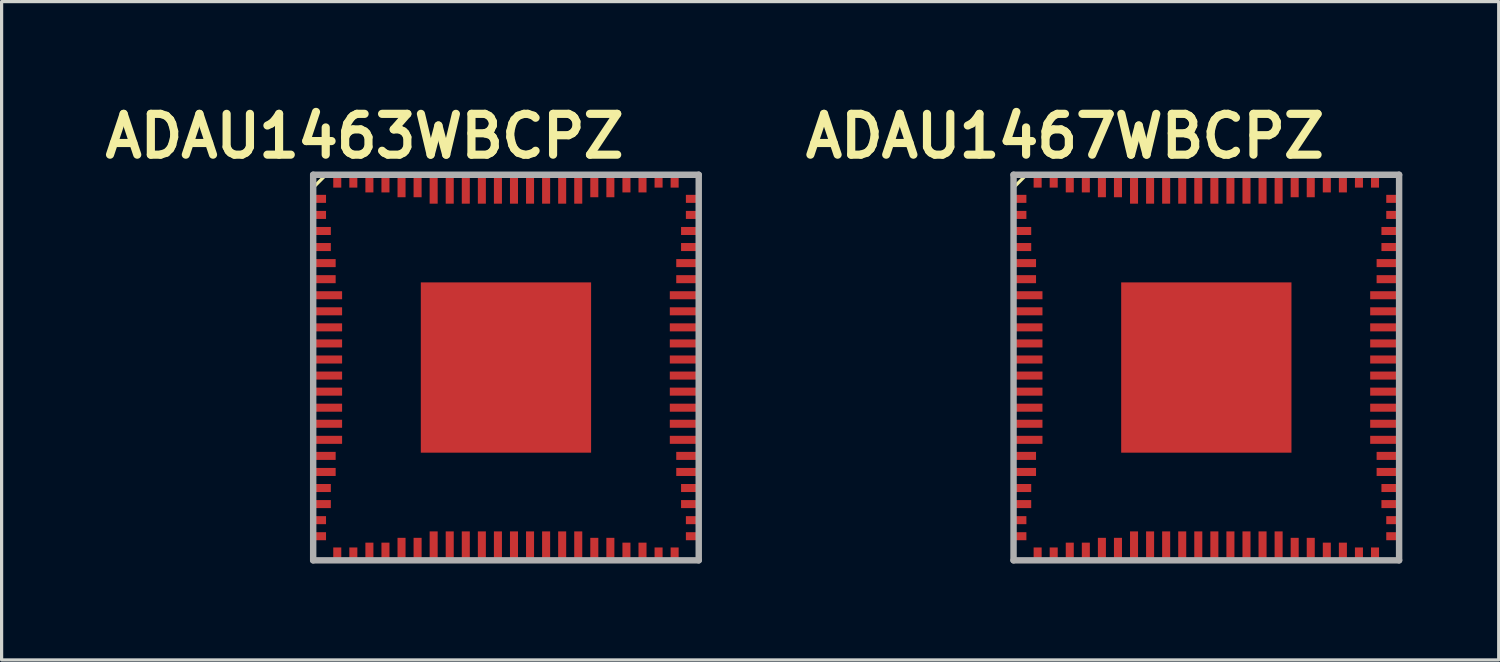
<source format=kicad_pcb>
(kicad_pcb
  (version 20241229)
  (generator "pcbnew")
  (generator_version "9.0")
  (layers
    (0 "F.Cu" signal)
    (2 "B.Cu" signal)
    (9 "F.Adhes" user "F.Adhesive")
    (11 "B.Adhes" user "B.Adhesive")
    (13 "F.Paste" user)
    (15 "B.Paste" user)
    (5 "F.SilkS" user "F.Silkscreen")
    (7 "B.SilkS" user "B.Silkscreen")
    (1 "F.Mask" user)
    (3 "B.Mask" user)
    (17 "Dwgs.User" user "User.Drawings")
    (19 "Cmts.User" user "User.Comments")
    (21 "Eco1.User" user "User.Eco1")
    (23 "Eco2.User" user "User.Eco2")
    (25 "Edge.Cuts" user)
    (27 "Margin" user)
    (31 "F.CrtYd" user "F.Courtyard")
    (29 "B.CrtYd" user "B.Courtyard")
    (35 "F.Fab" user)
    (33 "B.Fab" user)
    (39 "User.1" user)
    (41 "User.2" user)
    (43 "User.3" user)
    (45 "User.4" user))
  (footprint "ADAU1467WBCPZ"
    (layer "F.Cu")
    (at 34.495 8.389)
    (property "Reference" "ADAU1467WBCPZ" (at -4.4 -7.2 0) (layer "F.SilkS") (effects (font (size 1.27 1.27) (thickness 0.254))))
    (attr smd)
    (fp_line (start -6 -6) (end -6 -5.6) (stroke (width 0.1) (type solid)) (layer "F.SilkS"))
    (fp_line (start -6 5.6) (end -6 6) (stroke (width 0.1) (type solid)) (layer "F.SilkS"))
    (fp_line (start -6 6) (end -5.6 6) (stroke (width 0.1) (type solid)) (layer "F.SilkS"))
    (fp_line (start -5.6 -6) (end -6 -6) (stroke (width 0.1) (type solid)) (layer "F.SilkS"))
    (fp_line (start -5.6 -6) (end -6 -5.6) (stroke (width 0.1) (type solid)) (layer "F.SilkS"))
    (fp_line (start 5.6 -6) (end 6 -6) (stroke (width 0.1) (type solid)) (layer "F.SilkS"))
    (fp_line (start 5.6 6) (end 6 6) (stroke (width 0.1) (type solid)) (layer "F.SilkS"))
    (fp_line (start 6 -6) (end 6 -5.6) (stroke (width 0.1) (type solid)) (layer "F.SilkS"))
    (fp_line (start 6 5.65) (end 6 5.6) (stroke (width 0.1) (type solid)) (layer "F.SilkS"))
    (fp_line (start 6 6) (end 6 5.65) (stroke (width 0.1) (type solid)) (layer "F.SilkS"))
    (fp_line (start -6 -6) (end 6 -6) (stroke (width 0.2) (type solid)) (layer "F.Fab"))
    (fp_line (start -6 6) (end -6 -6) (stroke (width 0.2) (type solid)) (layer "F.Fab"))
    (fp_line (start 6 -6) (end 6 6) (stroke (width 0.2) (type solid)) (layer "F.Fab"))
    (fp_line (start 6 6) (end -6 6) (stroke (width 0.2) (type solid)) (layer "F.Fab"))
    (pad "1" smd rect (at -5.8 -5.25 90) (size 0.25 0.4) (layers "F.Cu" "F.Mask" "F.Paste"))
    (pad "2" smd rect (at -5.8 -4.75 90) (size 0.25 0.4) (layers "F.Cu" "F.Mask" "F.Paste"))
    (pad "3" smd rect (at -5.725 -4.25 90) (size 0.25 0.55) (layers "F.Cu" "F.Mask" "F.Paste"))
    (pad "4" smd rect (at -5.725 -3.75 90) (size 0.25 0.55) (layers "F.Cu" "F.Mask" "F.Paste"))
    (pad "5" smd rect (at -5.65 -3.25 90) (size 0.25 0.7) (layers "F.Cu" "F.Mask" "F.Paste"))
    (pad "6" smd rect (at -5.65 -2.75 90) (size 0.25 0.7) (layers "F.Cu" "F.Mask" "F.Paste"))
    (pad "7" smd rect (at -5.55 -2.25 90) (size 0.25 0.9) (layers "F.Cu" "F.Mask" "F.Paste"))
    (pad "8" smd rect (at -5.55 -1.75 90) (size 0.25 0.9) (layers "F.Cu" "F.Mask" "F.Paste"))
    (pad "9" smd rect (at -5.55 -1.25 90) (size 0.25 0.9) (layers "F.Cu" "F.Mask" "F.Paste"))
    (pad "10" smd rect (at -5.55 -0.75 90) (size 0.25 0.9) (layers "F.Cu" "F.Mask" "F.Paste"))
    (pad "11" smd rect (at -5.55 -0.25 90) (size 0.25 0.9) (layers "F.Cu" "F.Mask" "F.Paste"))
    (pad "12" smd rect (at -5.55 0.25 90) (size 0.25 0.9) (layers "F.Cu" "F.Mask" "F.Paste"))
    (pad "13" smd rect (at -5.55 0.75 90) (size 0.25 0.9) (layers "F.Cu" "F.Mask" "F.Paste"))
    (pad "14" smd rect (at -5.55 1.25 90) (size 0.25 0.9) (layers "F.Cu" "F.Mask" "F.Paste"))
    (pad "15" smd rect (at -5.55 1.75 90) (size 0.25 0.9) (layers "F.Cu" "F.Mask" "F.Paste"))
    (pad "16" smd rect (at -5.55 2.25 90) (size 0.25 0.9) (layers "F.Cu" "F.Mask" "F.Paste"))
    (pad "17" smd rect (at -5.65 2.75 90) (size 0.25 0.7) (layers "F.Cu" "F.Mask" "F.Paste"))
    (pad "18" smd rect (at -5.65 3.25 90) (size 0.25 0.7) (layers "F.Cu" "F.Mask" "F.Paste"))
    (pad "19" smd rect (at -5.725 3.75 90) (size 0.25 0.55) (layers "F.Cu" "F.Mask" "F.Paste"))
    (pad "20" smd rect (at -5.725 4.25 90) (size 0.25 0.55) (layers "F.Cu" "F.Mask" "F.Paste"))
    (pad "21" smd rect (at -5.8 4.75 90) (size 0.25 0.4) (layers "F.Cu" "F.Mask" "F.Paste"))
    (pad "22" smd rect (at -5.8 5.25 90) (size 0.25 0.4) (layers "F.Cu" "F.Mask" "F.Paste"))
    (pad "23" smd rect (at -5.25 5.8) (size 0.25 0.4) (layers "F.Cu" "F.Mask" "F.Paste"))
    (pad "24" smd rect (at -4.75 5.8) (size 0.25 0.4) (layers "F.Cu" "F.Mask" "F.Paste"))
    (pad "25" smd rect (at -4.25 5.725) (size 0.25 0.55) (layers "F.Cu" "F.Mask" "F.Paste"))
    (pad "26" smd rect (at -3.75 5.725) (size 0.25 0.55) (layers "F.Cu" "F.Mask" "F.Paste"))
    (pad "27" smd rect (at -3.25 5.65) (size 0.25 0.7) (layers "F.Cu" "F.Mask" "F.Paste"))
    (pad "28" smd rect (at -2.75 5.65) (size 0.25 0.7) (layers "F.Cu" "F.Mask" "F.Paste"))
    (pad "29" smd rect (at -2.25 5.55) (size 0.25 0.9) (layers "F.Cu" "F.Mask" "F.Paste"))
    (pad "30" smd rect (at -1.75 5.55) (size 0.25 0.9) (layers "F.Cu" "F.Mask" "F.Paste"))
    (pad "31" smd rect (at -1.25 5.55) (size 0.25 0.9) (layers "F.Cu" "F.Mask" "F.Paste"))
    (pad "32" smd rect (at -0.75 5.55) (size 0.25 0.9) (layers "F.Cu" "F.Mask" "F.Paste"))
    (pad "33" smd rect (at -0.25 5.55) (size 0.25 0.9) (layers "F.Cu" "F.Mask" "F.Paste"))
    (pad "34" smd rect (at 0.25 5.55) (size 0.25 0.9) (layers "F.Cu" "F.Mask" "F.Paste"))
    (pad "35" smd rect (at 0.75 5.55) (size 0.25 0.9) (layers "F.Cu" "F.Mask" "F.Paste"))
    (pad "36" smd rect (at 1.25 5.55) (size 0.25 0.9) (layers "F.Cu" "F.Mask" "F.Paste"))
    (pad "37" smd rect (at 1.75 5.55) (size 0.25 0.9) (layers "F.Cu" "F.Mask" "F.Paste"))
    (pad "38" smd rect (at 2.25 5.55) (size 0.25 0.9) (layers "F.Cu" "F.Mask" "F.Paste"))
    (pad "39" smd rect (at 2.75 5.65) (size 0.25 0.7) (layers "F.Cu" "F.Mask" "F.Paste"))
    (pad "40" smd rect (at 3.25 5.65) (size 0.25 0.7) (layers "F.Cu" "F.Mask" "F.Paste"))
    (pad "41" smd rect (at 3.75 5.725) (size 0.25 0.55) (layers "F.Cu" "F.Mask" "F.Paste"))
    (pad "42" smd rect (at 4.25 5.725) (size 0.25 0.55) (layers "F.Cu" "F.Mask" "F.Paste"))
    (pad "43" smd rect (at 4.75 5.8) (size 0.25 0.4) (layers "F.Cu" "F.Mask" "F.Paste"))
    (pad "44" smd rect (at 5.25 5.8) (size 0.25 0.4) (layers "F.Cu" "F.Mask" "F.Paste"))
    (pad "45" smd rect (at 5.8 5.25 90) (size 0.25 0.4) (layers "F.Cu" "F.Mask" "F.Paste"))
    (pad "46" smd rect (at 5.8 4.75 90) (size 0.25 0.4) (layers "F.Cu" "F.Mask" "F.Paste"))
    (pad "47" smd rect (at 5.725 4.25 90) (size 0.25 0.55) (layers "F.Cu" "F.Mask" "F.Paste"))
    (pad "48" smd rect (at 5.725 3.75 90) (size 0.25 0.55) (layers "F.Cu" "F.Mask" "F.Paste"))
    (pad "49" smd rect (at 5.65 3.25 90) (size 0.25 0.7) (layers "F.Cu" "F.Mask" "F.Paste"))
    (pad "50" smd rect (at 5.65 2.75 90) (size 0.25 0.7) (layers "F.Cu" "F.Mask" "F.Paste"))
    (pad "51" smd rect (at 5.55 2.25 90) (size 0.25 0.9) (layers "F.Cu" "F.Mask" "F.Paste"))
    (pad "52" smd rect (at 5.55 1.75 90) (size 0.25 0.9) (layers "F.Cu" "F.Mask" "F.Paste"))
    (pad "53" smd rect (at 5.55 1.25 90) (size 0.25 0.9) (layers "F.Cu" "F.Mask" "F.Paste"))
    (pad "54" smd rect (at 5.55 0.75 90) (size 0.25 0.9) (layers "F.Cu" "F.Mask" "F.Paste"))
    (pad "55" smd rect (at 5.55 0.25 90) (size 0.25 0.9) (layers "F.Cu" "F.Mask" "F.Paste"))
    (pad "56" smd rect (at 5.55 -0.25 90) (size 0.25 0.9) (layers "F.Cu" "F.Mask" "F.Paste"))
    (pad "57" smd rect (at 5.55 -0.75 90) (size 0.25 0.9) (layers "F.Cu" "F.Mask" "F.Paste"))
    (pad "58" smd rect (at 5.55 -1.25 90) (size 0.25 0.9) (layers "F.Cu" "F.Mask" "F.Paste"))
    (pad "59" smd rect (at 5.55 -1.75 90) (size 0.25 0.9) (layers "F.Cu" "F.Mask" "F.Paste"))
    (pad "60" smd rect (at 5.55 -2.25 90) (size 0.25 0.9) (layers "F.Cu" "F.Mask" "F.Paste"))
    (pad "61" smd rect (at 5.65 -2.75 90) (size 0.25 0.7) (layers "F.Cu" "F.Mask" "F.Paste"))
    (pad "62" smd rect (at 5.65 -3.25 90) (size 0.25 0.7) (layers "F.Cu" "F.Mask" "F.Paste"))
    (pad "63" smd rect (at 5.725 -3.75 90) (size 0.25 0.55) (layers "F.Cu" "F.Mask" "F.Paste"))
    (pad "64" smd rect (at 5.725 -4.25 90) (size 0.25 0.55) (layers "F.Cu" "F.Mask" "F.Paste"))
    (pad "65" smd rect (at 5.8 -4.75 90) (size 0.25 0.4) (layers "F.Cu" "F.Mask" "F.Paste"))
    (pad "66" smd rect (at 5.8 -5.25 90) (size 0.25 0.4) (layers "F.Cu" "F.Mask" "F.Paste"))
    (pad "67" smd rect (at 5.25 -5.8) (size 0.25 0.4) (layers "F.Cu" "F.Mask" "F.Paste"))
    (pad "68" smd rect (at 4.75 -5.8) (size 0.25 0.4) (layers "F.Cu" "F.Mask" "F.Paste"))
    (pad "69" smd rect (at 4.25 -5.725) (size 0.25 0.55) (layers "F.Cu" "F.Mask" "F.Paste"))
    (pad "70" smd rect (at 3.75 -5.725) (size 0.25 0.55) (layers "F.Cu" "F.Mask" "F.Paste"))
    (pad "71" smd rect (at 3.25 -5.65) (size 0.25 0.7) (layers "F.Cu" "F.Mask" "F.Paste"))
    (pad "72" smd rect (at 2.75 -5.65) (size 0.25 0.7) (layers "F.Cu" "F.Mask" "F.Paste"))
    (pad "73" smd rect (at 2.25 -5.55) (size 0.25 0.9) (layers "F.Cu" "F.Mask" "F.Paste"))
    (pad "74" smd rect (at 1.75 -5.55) (size 0.25 0.9) (layers "F.Cu" "F.Mask" "F.Paste"))
    (pad "75" smd rect (at 1.25 -5.55) (size 0.25 0.9) (layers "F.Cu" "F.Mask" "F.Paste"))
    (pad "76" smd rect (at 0.75 -5.55) (size 0.25 0.9) (layers "F.Cu" "F.Mask" "F.Paste"))
    (pad "77" smd rect (at 0.25 -5.55) (size 0.25 0.9) (layers "F.Cu" "F.Mask" "F.Paste"))
    (pad "78" smd rect (at -0.25 -5.55) (size 0.25 0.9) (layers "F.Cu" "F.Mask" "F.Paste"))
    (pad "79" smd rect (at -0.75 -5.55) (size 0.25 0.9) (layers "F.Cu" "F.Mask" "F.Paste"))
    (pad "80" smd rect (at -1.25 -5.55) (size 0.25 0.9) (layers "F.Cu" "F.Mask" "F.Paste"))
    (pad "81" smd rect (at -1.75 -5.55) (size 0.25 0.9) (layers "F.Cu" "F.Mask" "F.Paste"))
    (pad "82" smd rect (at -2.25 -5.55) (size 0.25 0.9) (layers "F.Cu" "F.Mask" "F.Paste"))
    (pad "83" smd rect (at -2.75 -5.65) (size 0.25 0.7) (layers "F.Cu" "F.Mask" "F.Paste"))
    (pad "84" smd rect (at -3.25 -5.65) (size 0.25 0.7) (layers "F.Cu" "F.Mask" "F.Paste"))
    (pad "85" smd rect (at -3.75 -5.725) (size 0.25 0.55) (layers "F.Cu" "F.Mask" "F.Paste"))
    (pad "86" smd rect (at -4.25 -5.725) (size 0.25 0.55) (layers "F.Cu" "F.Mask" "F.Paste"))
    (pad "87" smd rect (at -4.75 -5.8) (size 0.25 0.4) (layers "F.Cu" "F.Mask" "F.Paste"))
    (pad "88" smd rect (at -5.25 -5.8) (size 0.25 0.4) (layers "F.Cu" "F.Mask" "F.Paste"))
    (pad "89" smd rect (at 0 0 90) (size 5.3 5.3) (layers "F.Cu" "F.Mask" "F.Paste")))
  (footprint "ADAU1463WBCPZ"
    (layer "F.Cu")
    (at 12.697 8.389)
    (property "Reference" "ADAU1463WBCPZ" (at -4.4 -7.2 0) (layer "F.SilkS") (effects (font (size 1.27 1.27) (thickness 0.254))))
    (attr smd)
    (fp_line (start -6 -6) (end -6 -5.6) (stroke (width 0.1) (type solid)) (layer "F.SilkS"))
    (fp_line (start -6 5.6) (end -6 6) (stroke (width 0.1) (type solid)) (layer "F.SilkS"))
    (fp_line (start -6 6) (end -5.6 6) (stroke (width 0.1) (type solid)) (layer "F.SilkS"))
    (fp_line (start -5.6 -6) (end -6 -6) (stroke (width 0.1) (type solid)) (layer "F.SilkS"))
    (fp_line (start -5.6 -6) (end -6 -5.6) (stroke (width 0.1) (type solid)) (layer "F.SilkS"))
    (fp_line (start 5.6 -6) (end 6 -6) (stroke (width 0.1) (type solid)) (layer "F.SilkS"))
    (fp_line (start 5.6 6) (end 6 6) (stroke (width 0.1) (type solid)) (layer "F.SilkS"))
    (fp_line (start 6 -6) (end 6 -5.6) (stroke (width 0.1) (type solid)) (layer "F.SilkS"))
    (fp_line (start 6 5.65) (end 6 5.6) (stroke (width 0.1) (type solid)) (layer "F.SilkS"))
    (fp_line (start 6 6) (end 6 5.65) (stroke (width 0.1) (type solid)) (layer "F.SilkS"))
    (fp_line (start -6 -6) (end 6 -6) (stroke (width 0.2) (type solid)) (layer "F.Fab"))
    (fp_line (start -6 6) (end -6 -6) (stroke (width 0.2) (type solid)) (layer "F.Fab"))
    (fp_line (start 6 -6) (end 6 6) (stroke (width 0.2) (type solid)) (layer "F.Fab"))
    (fp_line (start 6 6) (end -6 6) (stroke (width 0.2) (type solid)) (layer "F.Fab"))
    (pad "1" smd rect (at -5.8 -5.25 90) (size 0.25 0.4) (layers "F.Cu" "F.Mask" "F.Paste"))
    (pad "2" smd rect (at -5.8 -4.75 90) (size 0.25 0.4) (layers "F.Cu" "F.Mask" "F.Paste"))
    (pad "3" smd rect (at -5.725 -4.25 90) (size 0.25 0.55) (layers "F.Cu" "F.Mask" "F.Paste"))
    (pad "4" smd rect (at -5.725 -3.75 90) (size 0.25 0.55) (layers "F.Cu" "F.Mask" "F.Paste"))
    (pad "5" smd rect (at -5.65 -3.25 90) (size 0.25 0.7) (layers "F.Cu" "F.Mask" "F.Paste"))
    (pad "6" smd rect (at -5.65 -2.75 90) (size 0.25 0.7) (layers "F.Cu" "F.Mask" "F.Paste"))
    (pad "7" smd rect (at -5.55 -2.25 90) (size 0.25 0.9) (layers "F.Cu" "F.Mask" "F.Paste"))
    (pad "8" smd rect (at -5.55 -1.75 90) (size 0.25 0.9) (layers "F.Cu" "F.Mask" "F.Paste"))
    (pad "9" smd rect (at -5.55 -1.25 90) (size 0.25 0.9) (layers "F.Cu" "F.Mask" "F.Paste"))
    (pad "10" smd rect (at -5.55 -0.75 90) (size 0.25 0.9) (layers "F.Cu" "F.Mask" "F.Paste"))
    (pad "11" smd rect (at -5.55 -0.25 90) (size 0.25 0.9) (layers "F.Cu" "F.Mask" "F.Paste"))
    (pad "12" smd rect (at -5.55 0.25 90) (size 0.25 0.9) (layers "F.Cu" "F.Mask" "F.Paste"))
    (pad "13" smd rect (at -5.55 0.75 90) (size 0.25 0.9) (layers "F.Cu" "F.Mask" "F.Paste"))
    (pad "14" smd rect (at -5.55 1.25 90) (size 0.25 0.9) (layers "F.Cu" "F.Mask" "F.Paste"))
    (pad "15" smd rect (at -5.55 1.75 90) (size 0.25 0.9) (layers "F.Cu" "F.Mask" "F.Paste"))
    (pad "16" smd rect (at -5.55 2.25 90) (size 0.25 0.9) (layers "F.Cu" "F.Mask" "F.Paste"))
    (pad "17" smd rect (at -5.65 2.75 90) (size 0.25 0.7) (layers "F.Cu" "F.Mask" "F.Paste"))
    (pad "18" smd rect (at -5.65 3.25 90) (size 0.25 0.7) (layers "F.Cu" "F.Mask" "F.Paste"))
    (pad "19" smd rect (at -5.725 3.75 90) (size 0.25 0.55) (layers "F.Cu" "F.Mask" "F.Paste"))
    (pad "20" smd rect (at -5.725 4.25 90) (size 0.25 0.55) (layers "F.Cu" "F.Mask" "F.Paste"))
    (pad "21" smd rect (at -5.8 4.75 90) (size 0.25 0.4) (layers "F.Cu" "F.Mask" "F.Paste"))
    (pad "22" smd rect (at -5.8 5.25 90) (size 0.25 0.4) (layers "F.Cu" "F.Mask" "F.Paste"))
    (pad "23" smd rect (at -5.25 5.8) (size 0.25 0.4) (layers "F.Cu" "F.Mask" "F.Paste"))
    (pad "24" smd rect (at -4.75 5.8) (size 0.25 0.4) (layers "F.Cu" "F.Mask" "F.Paste"))
    (pad "25" smd rect (at -4.25 5.725) (size 0.25 0.55) (layers "F.Cu" "F.Mask" "F.Paste"))
    (pad "26" smd rect (at -3.75 5.725) (size 0.25 0.55) (layers "F.Cu" "F.Mask" "F.Paste"))
    (pad "27" smd rect (at -3.25 5.65) (size 0.25 0.7) (layers "F.Cu" "F.Mask" "F.Paste"))
    (pad "28" smd rect (at -2.75 5.65) (size 0.25 0.7) (layers "F.Cu" "F.Mask" "F.Paste"))
    (pad "29" smd rect (at -2.25 5.55) (size 0.25 0.9) (layers "F.Cu" "F.Mask" "F.Paste"))
    (pad "30" smd rect (at -1.75 5.55) (size 0.25 0.9) (layers "F.Cu" "F.Mask" "F.Paste"))
    (pad "31" smd rect (at -1.25 5.55) (size 0.25 0.9) (layers "F.Cu" "F.Mask" "F.Paste"))
    (pad "32" smd rect (at -0.75 5.55) (size 0.25 0.9) (layers "F.Cu" "F.Mask" "F.Paste"))
    (pad "33" smd rect (at -0.25 5.55) (size 0.25 0.9) (layers "F.Cu" "F.Mask" "F.Paste"))
    (pad "34" smd rect (at 0.25 5.55) (size 0.25 0.9) (layers "F.Cu" "F.Mask" "F.Paste"))
    (pad "35" smd rect (at 0.75 5.55) (size 0.25 0.9) (layers "F.Cu" "F.Mask" "F.Paste"))
    (pad "36" smd rect (at 1.25 5.55) (size 0.25 0.9) (layers "F.Cu" "F.Mask" "F.Paste"))
    (pad "37" smd rect (at 1.75 5.55) (size 0.25 0.9) (layers "F.Cu" "F.Mask" "F.Paste"))
    (pad "38" smd rect (at 2.25 5.55) (size 0.25 0.9) (layers "F.Cu" "F.Mask" "F.Paste"))
    (pad "39" smd rect (at 2.75 5.65) (size 0.25 0.7) (layers "F.Cu" "F.Mask" "F.Paste"))
    (pad "40" smd rect (at 3.25 5.65) (size 0.25 0.7) (layers "F.Cu" "F.Mask" "F.Paste"))
    (pad "41" smd rect (at 3.75 5.725) (size 0.25 0.55) (layers "F.Cu" "F.Mask" "F.Paste"))
    (pad "42" smd rect (at 4.25 5.725) (size 0.25 0.55) (layers "F.Cu" "F.Mask" "F.Paste"))
    (pad "43" smd rect (at 4.75 5.8) (size 0.25 0.4) (layers "F.Cu" "F.Mask" "F.Paste"))
    (pad "44" smd rect (at 5.25 5.8) (size 0.25 0.4) (layers "F.Cu" "F.Mask" "F.Paste"))
    (pad "45" smd rect (at 5.8 5.25 90) (size 0.25 0.4) (layers "F.Cu" "F.Mask" "F.Paste"))
    (pad "46" smd rect (at 5.8 4.75 90) (size 0.25 0.4) (layers "F.Cu" "F.Mask" "F.Paste"))
    (pad "47" smd rect (at 5.725 4.25 90) (size 0.25 0.55) (layers "F.Cu" "F.Mask" "F.Paste"))
    (pad "48" smd rect (at 5.725 3.75 90) (size 0.25 0.55) (layers "F.Cu" "F.Mask" "F.Paste"))
    (pad "49" smd rect (at 5.65 3.25 90) (size 0.25 0.7) (layers "F.Cu" "F.Mask" "F.Paste"))
    (pad "50" smd rect (at 5.65 2.75 90) (size 0.25 0.7) (layers "F.Cu" "F.Mask" "F.Paste"))
    (pad "51" smd rect (at 5.55 2.25 90) (size 0.25 0.9) (layers "F.Cu" "F.Mask" "F.Paste"))
    (pad "52" smd rect (at 5.55 1.75 90) (size 0.25 0.9) (layers "F.Cu" "F.Mask" "F.Paste"))
    (pad "53" smd rect (at 5.55 1.25 90) (size 0.25 0.9) (layers "F.Cu" "F.Mask" "F.Paste"))
    (pad "54" smd rect (at 5.55 0.75 90) (size 0.25 0.9) (layers "F.Cu" "F.Mask" "F.Paste"))
    (pad "55" smd rect (at 5.55 0.25 90) (size 0.25 0.9) (layers "F.Cu" "F.Mask" "F.Paste"))
    (pad "56" smd rect (at 5.55 -0.25 90) (size 0.25 0.9) (layers "F.Cu" "F.Mask" "F.Paste"))
    (pad "57" smd rect (at 5.55 -0.75 90) (size 0.25 0.9) (layers "F.Cu" "F.Mask" "F.Paste"))
    (pad "58" smd rect (at 5.55 -1.25 90) (size 0.25 0.9) (layers "F.Cu" "F.Mask" "F.Paste"))
    (pad "59" smd rect (at 5.55 -1.75 90) (size 0.25 0.9) (layers "F.Cu" "F.Mask" "F.Paste"))
    (pad "60" smd rect (at 5.55 -2.25 90) (size 0.25 0.9) (layers "F.Cu" "F.Mask" "F.Paste"))
    (pad "61" smd rect (at 5.65 -2.75 90) (size 0.25 0.7) (layers "F.Cu" "F.Mask" "F.Paste"))
    (pad "62" smd rect (at 5.65 -3.25 90) (size 0.25 0.7) (layers "F.Cu" "F.Mask" "F.Paste"))
    (pad "63" smd rect (at 5.725 -3.75 90) (size 0.25 0.55) (layers "F.Cu" "F.Mask" "F.Paste"))
    (pad "64" smd rect (at 5.725 -4.25 90) (size 0.25 0.55) (layers "F.Cu" "F.Mask" "F.Paste"))
    (pad "65" smd rect (at 5.8 -4.75 90) (size 0.25 0.4) (layers "F.Cu" "F.Mask" "F.Paste"))
    (pad "66" smd rect (at 5.8 -5.25 90) (size 0.25 0.4) (layers "F.Cu" "F.Mask" "F.Paste"))
    (pad "67" smd rect (at 5.25 -5.8) (size 0.25 0.4) (layers "F.Cu" "F.Mask" "F.Paste"))
    (pad "68" smd rect (at 4.75 -5.8) (size 0.25 0.4) (layers "F.Cu" "F.Mask" "F.Paste"))
    (pad "69" smd rect (at 4.25 -5.725) (size 0.25 0.55) (layers "F.Cu" "F.Mask" "F.Paste"))
    (pad "70" smd rect (at 3.75 -5.725) (size 0.25 0.55) (layers "F.Cu" "F.Mask" "F.Paste"))
    (pad "71" smd rect (at 3.25 -5.65) (size 0.25 0.7) (layers "F.Cu" "F.Mask" "F.Paste"))
    (pad "72" smd rect (at 2.75 -5.65) (size 0.25 0.7) (layers "F.Cu" "F.Mask" "F.Paste"))
    (pad "73" smd rect (at 2.25 -5.55) (size 0.25 0.9) (layers "F.Cu" "F.Mask" "F.Paste"))
    (pad "74" smd rect (at 1.75 -5.55) (size 0.25 0.9) (layers "F.Cu" "F.Mask" "F.Paste"))
    (pad "75" smd rect (at 1.25 -5.55) (size 0.25 0.9) (layers "F.Cu" "F.Mask" "F.Paste"))
    (pad "76" smd rect (at 0.75 -5.55) (size 0.25 0.9) (layers "F.Cu" "F.Mask" "F.Paste"))
    (pad "77" smd rect (at 0.25 -5.55) (size 0.25 0.9) (layers "F.Cu" "F.Mask" "F.Paste"))
    (pad "78" smd rect (at -0.25 -5.55) (size 0.25 0.9) (layers "F.Cu" "F.Mask" "F.Paste"))
    (pad "79" smd rect (at -0.75 -5.55) (size 0.25 0.9) (layers "F.Cu" "F.Mask" "F.Paste"))
    (pad "80" smd rect (at -1.25 -5.55) (size 0.25 0.9) (layers "F.Cu" "F.Mask" "F.Paste"))
    (pad "81" smd rect (at -1.75 -5.55) (size 0.25 0.9) (layers "F.Cu" "F.Mask" "F.Paste"))
    (pad "82" smd rect (at -2.25 -5.55) (size 0.25 0.9) (layers "F.Cu" "F.Mask" "F.Paste"))
    (pad "83" smd rect (at -2.75 -5.65) (size 0.25 0.7) (layers "F.Cu" "F.Mask" "F.Paste"))
    (pad "84" smd rect (at -3.25 -5.65) (size 0.25 0.7) (layers "F.Cu" "F.Mask" "F.Paste"))
    (pad "85" smd rect (at -3.75 -5.725) (size 0.25 0.55) (layers "F.Cu" "F.Mask" "F.Paste"))
    (pad "86" smd rect (at -4.25 -5.725) (size 0.25 0.55) (layers "F.Cu" "F.Mask" "F.Paste"))
    (pad "87" smd rect (at -4.75 -5.8) (size 0.25 0.4) (layers "F.Cu" "F.Mask" "F.Paste"))
    (pad "88" smd rect (at -5.25 -5.8) (size 0.25 0.4) (layers "F.Cu" "F.Mask" "F.Paste"))
    (pad "89" smd rect (at 0 0 90) (size 5.3 5.3) (layers "F.Cu" "F.Mask" "F.Paste")))
  (gr_rect
    (start -3 -3)
    (end 43.595 17.489)
    (stroke (width 0.1) (type default))
    (fill no)
    (layer "Edge.Cuts")))
</source>
